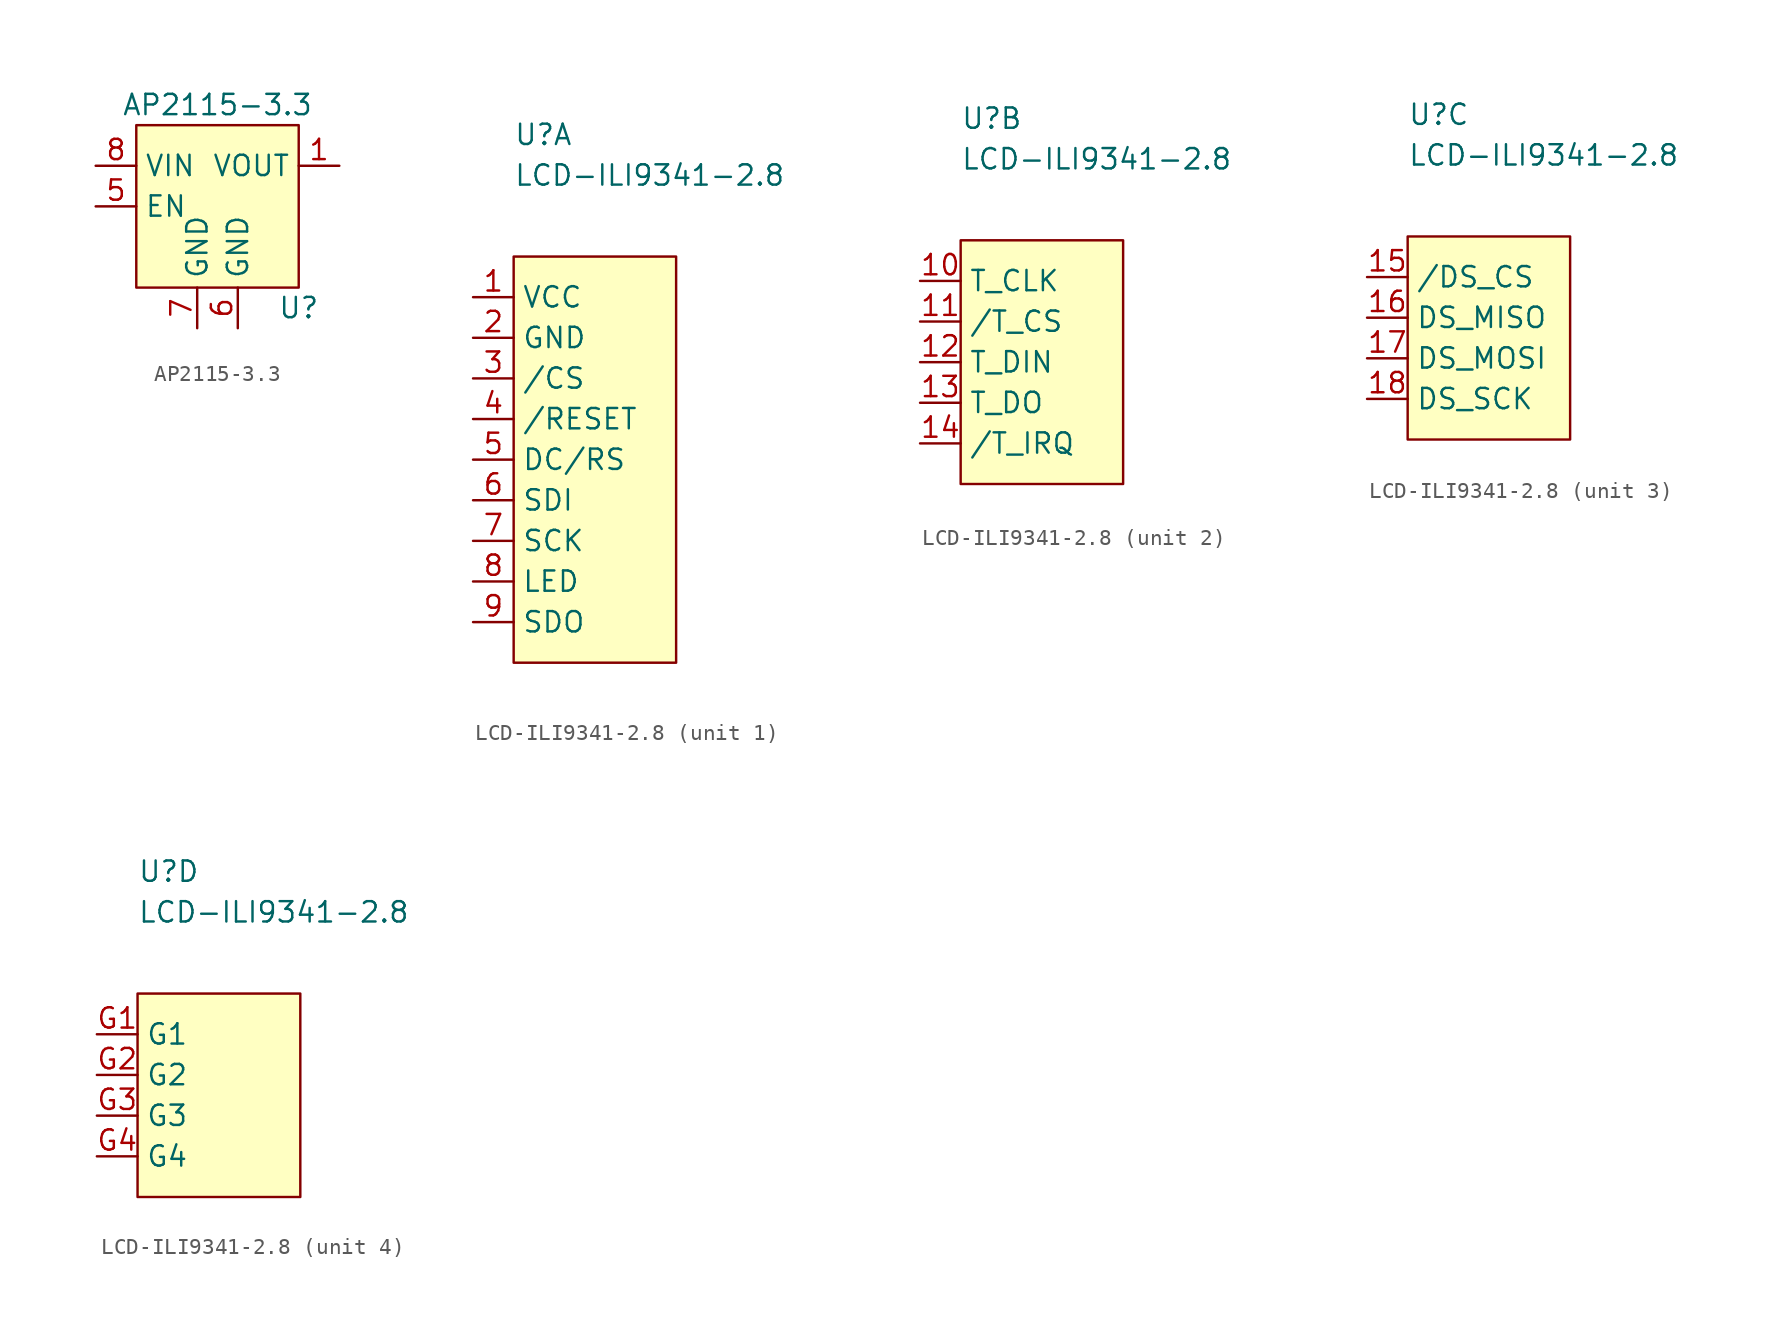
<source format=kicad_sym>
(kicad_symbol_lib
  (version 20211014)
  (generator kicad_symbol_editor)
  (symbol "AP2115-3.3"
    (property "Reference" "U"
      (at 5.08 -6.35 0)
      (effects (font (size 1.27 1.27))))
    (property "Value" "AP2115-3.3"
      (at 0 6.35 0)
      (effects (font (size 1.27 1.27))))
    (symbol "AP2115-3.3_0_1"
      (rectangle (start -5.08 5.08) (end 5.08 -5.08) (stroke (width 0.152) (type default) (color 0 0 0 0)) (fill (type background))))
    (symbol "AP2115-3.3_1_1"
      (pin power_out line (at 7.62 2.54 180) (length 2.54) (name "VOUT" (effects (font (size 1.27 1.27)))) (number "1" (effects (font (size 1.27 1.27)))))
      (pin no_connect line (at 7.62 1.27 180) (length 2.54) hide (name "NC" (effects (font (size 1.27 1.27)))) (number "2" (effects (font (size 1.27 1.27)))))
      (pin no_connect line (at 7.62 -1.27 180) (length 2.54) hide (name "NC" (effects (font (size 1.27 1.27)))) (number "3" (effects (font (size 1.27 1.27)))))
      (pin no_connect line (at 7.62 -3.81 180) (length 2.54) hide (name "NC" (effects (font (size 1.27 1.27)))) (number "4" (effects (font (size 1.27 1.27)))))
      (pin input line (at -7.62 0 0) (length 2.54) (name "EN" (effects (font (size 1.27 1.27)))) (number "5" (effects (font (size 1.27 1.27)))))
      (pin passive line (at 1.27 -7.62 90) (length 2.54) (name "GND" (effects (font (size 1.27 1.27)))) (number "6" (effects (font (size 1.27 1.27)))))
      (pin passive line (at -1.27 -7.62 90) (length 2.54) (name "GND" (effects (font (size 1.27 1.27)))) (number "7" (effects (font (size 1.27 1.27)))))
      (pin power_in line (at -7.62 2.54 0) (length 2.54) (name "VIN" (effects (font (size 1.27 1.27)))) (number "8" (effects (font (size 1.27 1.27)))))))
  (symbol "LCD-ILI9341-2.8"
    (property "Reference" "U"
      (at 0 7.62 0)
      (effects (font (size 1.27 1.27)) (justify left)))
    (property "Value" "LCD-ILI9341-2.8"
      (at 0 5.08 0)
      (effects (font (size 1.27 1.27)) (justify left)))
    (property "ki_locked" ""
      (at 0 0 0)
      (effects (font (size 1.27 1.27))))
    (symbol "LCD-ILI9341-2.8_1_1"
      (rectangle (start 0 0) (end 10.16 -25.4) (stroke (width 0) (type default) (color 0 0 0 0)) (fill (type background)))
      (pin power_in line (at -2.54 -2.54 0) (length 2.54) (name "VCC" (effects (font (size 1.27 1.27)))) (number "1" (effects (font (size 1.27 1.27)))))
      (pin power_in line (at -2.54 -5.08 0) (length 2.54) (name "GND" (effects (font (size 1.27 1.27)))) (number "2" (effects (font (size 1.27 1.27)))))
      (pin input line (at -2.54 -7.62 0) (length 2.54) (name "/CS" (effects (font (size 1.27 1.27)))) (number "3" (effects (font (size 1.27 1.27)))))
      (pin input line (at -2.54 -10.16 0) (length 2.54) (name "/RESET" (effects (font (size 1.27 1.27)))) (number "4" (effects (font (size 1.27 1.27)))))
      (pin input line (at -2.54 -12.7 0) (length 2.54) (name "DC/RS" (effects (font (size 1.27 1.27)))) (number "5" (effects (font (size 1.27 1.27)))))
      (pin input line (at -2.54 -15.24 0) (length 2.54) (name "SDI" (effects (font (size 1.27 1.27)))) (number "6" (effects (font (size 1.27 1.27)))))
      (pin input line (at -2.54 -17.78 0) (length 2.54) (name "SCK" (effects (font (size 1.27 1.27)))) (number "7" (effects (font (size 1.27 1.27)))))
      (pin input line (at -2.54 -20.32 0) (length 2.54) (name "LED" (effects (font (size 1.27 1.27)))) (number "8" (effects (font (size 1.27 1.27)))))
      (pin output line (at -2.54 -22.86 0) (length 2.54) (name "SDO" (effects (font (size 1.27 1.27)))) (number "9" (effects (font (size 1.27 1.27))))))
    (symbol "LCD-ILI9341-2.8_2_1"
      (rectangle (start 0 0) (end 10.16 -15.24) (stroke (width 0) (type default) (color 0 0 0 0)) (fill (type background)))
      (pin input line (at -2.54 -2.54 0) (length 2.54) (name "T_CLK" (effects (font (size 1.27 1.27)))) (number "10" (effects (font (size 1.27 1.27)))))
      (pin input line (at -2.54 -5.08 0) (length 2.54) (name "/T_CS" (effects (font (size 1.27 1.27)))) (number "11" (effects (font (size 1.27 1.27)))))
      (pin input line (at -2.54 -7.62 0) (length 2.54) (name "T_DIN" (effects (font (size 1.27 1.27)))) (number "12" (effects (font (size 1.27 1.27)))))
      (pin output line (at -2.54 -10.16 0) (length 2.54) (name "T_DO" (effects (font (size 1.27 1.27)))) (number "13" (effects (font (size 1.27 1.27)))))
      (pin output line (at -2.54 -12.7 0) (length 2.54) (name "/T_IRQ" (effects (font (size 1.27 1.27)))) (number "14" (effects (font (size 1.27 1.27))))))
    (symbol "LCD-ILI9341-2.8_3_1"
      (rectangle (start 0 0) (end 10.16 -12.7) (stroke (width 0.152) (type default) (color 0 0 0 0)) (fill (type background)))
      (pin input line (at -2.54 -2.54 0) (length 2.54) (name "/DS_CS" (effects (font (size 1.27 1.27)))) (number "15" (effects (font (size 1.27 1.27)))))
      (pin input line (at -2.54 -5.08 0) (length 2.54) (name "DS_MISO" (effects (font (size 1.27 1.27)))) (number "16" (effects (font (size 1.27 1.27)))))
      (pin output line (at -2.54 -7.62 0) (length 2.54) (name "DS_MOSI" (effects (font (size 1.27 1.27)))) (number "17" (effects (font (size 1.27 1.27)))))
      (pin input line (at -2.54 -10.16 0) (length 2.54) (name "DS_SCK" (effects (font (size 1.27 1.27)))) (number "18" (effects (font (size 1.27 1.27))))))
    (symbol "LCD-ILI9341-2.8_4_1"
      (rectangle (start 0 0) (end 10.16 -12.7) (stroke (width 0) (type default) (color 0 0 0 0)) (fill (type background)))
      (pin free line (at -2.54 -2.54 0) (length 2.54) (name "G1" (effects (font (size 1.27 1.27)))) (number "G1" (effects (font (size 1.27 1.27)))))
      (pin free line (at -2.54 -5.08 0) (length 2.54) (name "G2" (effects (font (size 1.27 1.27)))) (number "G2" (effects (font (size 1.27 1.27)))))
      (pin free line (at -2.54 -7.62 0) (length 2.54) (name "G3" (effects (font (size 1.27 1.27)))) (number "G3" (effects (font (size 1.27 1.27)))))
      (pin free line (at -2.54 -10.16 0) (length 2.54) (name "G4" (effects (font (size 1.27 1.27)))) (number "G4" (effects (font (size 1.27 1.27))))))))
</source>
